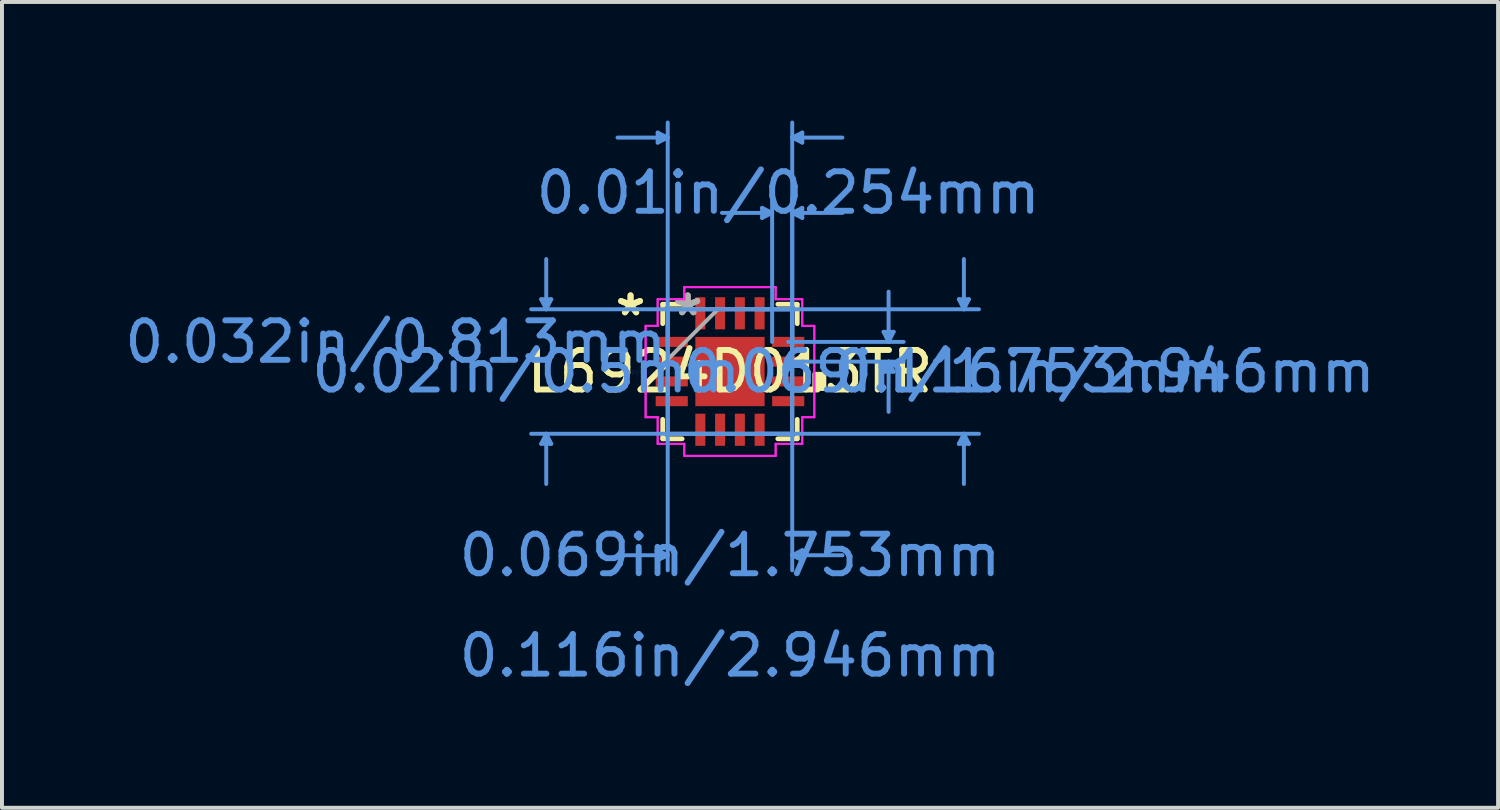
<source format=kicad_pcb>
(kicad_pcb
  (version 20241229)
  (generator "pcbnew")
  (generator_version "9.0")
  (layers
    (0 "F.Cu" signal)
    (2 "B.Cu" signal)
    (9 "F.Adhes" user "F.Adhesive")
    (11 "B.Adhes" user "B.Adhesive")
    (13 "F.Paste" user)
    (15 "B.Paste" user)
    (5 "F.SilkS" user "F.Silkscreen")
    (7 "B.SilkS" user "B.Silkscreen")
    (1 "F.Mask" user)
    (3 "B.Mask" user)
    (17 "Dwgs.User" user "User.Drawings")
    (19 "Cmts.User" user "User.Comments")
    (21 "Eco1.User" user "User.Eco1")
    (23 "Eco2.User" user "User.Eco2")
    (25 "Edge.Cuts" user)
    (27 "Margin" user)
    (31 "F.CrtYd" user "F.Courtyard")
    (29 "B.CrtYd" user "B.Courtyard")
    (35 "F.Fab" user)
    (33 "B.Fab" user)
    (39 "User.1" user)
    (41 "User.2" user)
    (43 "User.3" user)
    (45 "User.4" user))
  (footprint "L6924D013TR"
    (layer "F.Cu")
    (at 15.417 6.349)
    (property "Reference" "L6924D013TR" (at 0 0 0) (layer "F.SilkS") (effects (font (size 1 1) (thickness 0.15))))
    (attr through_hole)
    (fp_line (start -1.702 -1.702) (end -1.702 -1.21) (stroke (width 0.12) (type solid)) (layer "F.SilkS"))
    (fp_line (start -1.702 1.21) (end -1.702 1.702) (stroke (width 0.12) (type solid)) (layer "F.SilkS"))
    (fp_line (start -1.702 1.702) (end -1.21 1.702) (stroke (width 0.12) (type solid)) (layer "F.SilkS"))
    (fp_line (start -1.21 -1.702) (end -1.702 -1.702) (stroke (width 0.12) (type solid)) (layer "F.SilkS"))
    (fp_line (start 1.21 1.702) (end 1.702 1.702) (stroke (width 0.12) (type solid)) (layer "F.SilkS"))
    (fp_line (start 1.702 -1.702) (end 1.21 -1.702) (stroke (width 0.12) (type solid)) (layer "F.SilkS"))
    (fp_line (start 1.702 -1.21) (end 1.702 -1.702) (stroke (width 0.12) (type solid)) (layer "F.SilkS"))
    (fp_line (start 1.702 1.702) (end 1.702 1.21) (stroke (width 0.12) (type solid)) (layer "F.SilkS"))
    (fp_poly (pts (xy 2.388 0.059) (xy 2.388 0.441) (xy 2.134 0.441) (xy 2.134 0.059)) (stroke (width 0.1) (type solid)) (fill yes) (layer "F.SilkS"))
    (fp_line (start -4.775 -1.829) (end -4.521 -1.829) (stroke (width 0.1) (type solid)) (layer "Cmts.User"))
    (fp_line (start -4.775 1.829) (end -4.521 1.829) (stroke (width 0.1) (type solid)) (layer "Cmts.User"))
    (fp_line (start -4.648 -1.575) (end -4.775 -1.829) (stroke (width 0.1) (type solid)) (layer "Cmts.User"))
    (fp_line (start -4.648 -1.575) (end -4.648 -2.845) (stroke (width 0.1) (type solid)) (layer "Cmts.User"))
    (fp_line (start -4.648 -1.575) (end -4.521 -1.829) (stroke (width 0.1) (type solid)) (layer "Cmts.User"))
    (fp_line (start -4.648 1.575) (end -4.775 1.829) (stroke (width 0.1) (type solid)) (layer "Cmts.User"))
    (fp_line (start -4.648 1.575) (end -4.648 2.845) (stroke (width 0.1) (type solid)) (layer "Cmts.User"))
    (fp_line (start -4.648 1.575) (end -4.521 1.829) (stroke (width 0.1) (type solid)) (layer "Cmts.User"))
    (fp_line (start -1.829 -6.045) (end -1.829 -5.791) (stroke (width 0.1) (type solid)) (layer "Cmts.User"))
    (fp_line (start -1.829 4.521) (end -1.829 4.775) (stroke (width 0.1) (type solid)) (layer "Cmts.User"))
    (fp_line (start -1.575 -5.918) (end -2.845 -5.918) (stroke (width 0.1) (type solid)) (layer "Cmts.User"))
    (fp_line (start -1.575 -5.918) (end -1.829 -6.045) (stroke (width 0.1) (type solid)) (layer "Cmts.User"))
    (fp_line (start -1.575 -5.918) (end -1.829 -5.791) (stroke (width 0.1) (type solid)) (layer "Cmts.User"))
    (fp_line (start -1.575 -1.575) (end -1.575 5.029) (stroke (width 0.1) (type solid)) (layer "Cmts.User"))
    (fp_line (start -1.575 -0.75) (end -1.575 -6.299) (stroke (width 0.1) (type solid)) (layer "Cmts.User"))
    (fp_line (start -1.575 4.648) (end -2.845 4.648) (stroke (width 0.1) (type solid)) (layer "Cmts.User"))
    (fp_line (start -1.575 4.648) (end -1.829 4.521) (stroke (width 0.1) (type solid)) (layer "Cmts.User"))
    (fp_line (start -1.575 4.648) (end -1.829 4.775) (stroke (width 0.1) (type solid)) (layer "Cmts.User"))
    (fp_line (start 0.75 -1.575) (end 6.299 -1.575) (stroke (width 0.1) (type solid)) (layer "Cmts.User"))
    (fp_line (start 0.75 1.575) (end 6.299 1.575) (stroke (width 0.1) (type solid)) (layer "Cmts.User"))
    (fp_line (start 0.813 -4.14) (end 0.813 -3.886) (stroke (width 0.1) (type solid)) (layer "Cmts.User"))
    (fp_line (start 1.067 -4.013) (end -0.203 -4.013) (stroke (width 0.1) (type solid)) (layer "Cmts.User"))
    (fp_line (start 1.067 -4.013) (end 0.813 -4.14) (stroke (width 0.1) (type solid)) (layer "Cmts.User"))
    (fp_line (start 1.067 -4.013) (end 0.813 -3.886) (stroke (width 0.1) (type solid)) (layer "Cmts.User"))
    (fp_line (start 1.067 -0.75) (end 1.067 -4.394) (stroke (width 0.1) (type solid)) (layer "Cmts.User"))
    (fp_line (start 1.473 -0.75) (end 4.394 -0.75) (stroke (width 0.1) (type solid)) (layer "Cmts.User"))
    (fp_line (start 1.473 -0.25) (end 4.394 -0.25) (stroke (width 0.1) (type solid)) (layer "Cmts.User"))
    (fp_line (start 1.575 -5.918) (end 1.829 -6.045) (stroke (width 0.1) (type solid)) (layer "Cmts.User"))
    (fp_line (start 1.575 -5.918) (end 1.829 -5.791) (stroke (width 0.1) (type solid)) (layer "Cmts.User"))
    (fp_line (start 1.575 -5.918) (end 2.845 -5.918) (stroke (width 0.1) (type solid)) (layer "Cmts.User"))
    (fp_line (start 1.575 -4.013) (end 1.829 -4.14) (stroke (width 0.1) (type solid)) (layer "Cmts.User"))
    (fp_line (start 1.575 -4.013) (end 1.829 -3.886) (stroke (width 0.1) (type solid)) (layer "Cmts.User"))
    (fp_line (start 1.575 -4.013) (end 2.845 -4.013) (stroke (width 0.1) (type solid)) (layer "Cmts.User"))
    (fp_line (start 1.575 -1.575) (end -5.029 -1.575) (stroke (width 0.1) (type solid)) (layer "Cmts.User"))
    (fp_line (start 1.575 -1.575) (end 1.575 5.029) (stroke (width 0.1) (type solid)) (layer "Cmts.User"))
    (fp_line (start 1.575 -0.75) (end 1.575 -6.299) (stroke (width 0.1) (type solid)) (layer "Cmts.User"))
    (fp_line (start 1.575 -0.75) (end 1.575 -4.394) (stroke (width 0.1) (type solid)) (layer "Cmts.User"))
    (fp_line (start 1.575 1.575) (end -5.029 1.575) (stroke (width 0.1) (type solid)) (layer "Cmts.User"))
    (fp_line (start 1.575 4.648) (end 1.829 4.521) (stroke (width 0.1) (type solid)) (layer "Cmts.User"))
    (fp_line (start 1.575 4.648) (end 1.829 4.775) (stroke (width 0.1) (type solid)) (layer "Cmts.User"))
    (fp_line (start 1.575 4.648) (end 2.845 4.648) (stroke (width 0.1) (type solid)) (layer "Cmts.User"))
    (fp_line (start 1.829 -6.045) (end 1.829 -5.791) (stroke (width 0.1) (type solid)) (layer "Cmts.User"))
    (fp_line (start 1.829 -4.14) (end 1.829 -3.886) (stroke (width 0.1) (type solid)) (layer "Cmts.User"))
    (fp_line (start 1.829 4.521) (end 1.829 4.775) (stroke (width 0.1) (type solid)) (layer "Cmts.User"))
    (fp_line (start 3.886 -1.004) (end 4.14 -1.004) (stroke (width 0.1) (type solid)) (layer "Cmts.User"))
    (fp_line (start 3.886 0.004) (end 4.14 0.004) (stroke (width 0.1) (type solid)) (layer "Cmts.User"))
    (fp_line (start 4.013 -0.75) (end 3.886 -1.004) (stroke (width 0.1) (type solid)) (layer "Cmts.User"))
    (fp_line (start 4.013 -0.75) (end 4.013 -2.02) (stroke (width 0.1) (type solid)) (layer "Cmts.User"))
    (fp_line (start 4.013 -0.75) (end 4.14 -1.004) (stroke (width 0.1) (type solid)) (layer "Cmts.User"))
    (fp_line (start 4.013 -0.25) (end 3.886 0.004) (stroke (width 0.1) (type solid)) (layer "Cmts.User"))
    (fp_line (start 4.013 -0.25) (end 4.013 1.02) (stroke (width 0.1) (type solid)) (layer "Cmts.User"))
    (fp_line (start 4.013 -0.25) (end 4.14 0.004) (stroke (width 0.1) (type solid)) (layer "Cmts.User"))
    (fp_line (start 5.791 -1.829) (end 6.045 -1.829) (stroke (width 0.1) (type solid)) (layer "Cmts.User"))
    (fp_line (start 5.791 1.829) (end 6.045 1.829) (stroke (width 0.1) (type solid)) (layer "Cmts.User"))
    (fp_line (start 5.918 -1.575) (end 5.791 -1.829) (stroke (width 0.1) (type solid)) (layer "Cmts.User"))
    (fp_line (start 5.918 -1.575) (end 5.918 -2.845) (stroke (width 0.1) (type solid)) (layer "Cmts.User"))
    (fp_line (start 5.918 -1.575) (end 6.045 -1.829) (stroke (width 0.1) (type solid)) (layer "Cmts.User"))
    (fp_line (start 5.918 1.575) (end 5.791 1.829) (stroke (width 0.1) (type solid)) (layer "Cmts.User"))
    (fp_line (start 5.918 1.575) (end 5.918 2.845) (stroke (width 0.1) (type solid)) (layer "Cmts.User"))
    (fp_line (start 5.918 1.575) (end 6.045 1.829) (stroke (width 0.1) (type solid)) (layer "Cmts.User"))
    (fp_line (start -2.134 -1.156) (end -1.829 -1.156) (stroke (width 0.05) (type solid)) (layer "F.CrtYd"))
    (fp_line (start -2.134 -1.156) (end -1.829 -1.156) (stroke (width 0.05) (type solid)) (layer "F.CrtYd"))
    (fp_line (start -2.134 1.156) (end -2.134 -1.156) (stroke (width 0.05) (type solid)) (layer "F.CrtYd"))
    (fp_line (start -2.134 1.156) (end -2.134 -1.156) (stroke (width 0.05) (type solid)) (layer "F.CrtYd"))
    (fp_line (start -1.829 -1.829) (end -1.156 -1.829) (stroke (width 0.05) (type solid)) (layer "F.CrtYd"))
    (fp_line (start -1.829 -1.829) (end -1.156 -1.829) (stroke (width 0.05) (type solid)) (layer "F.CrtYd"))
    (fp_line (start -1.829 -1.156) (end -1.829 -1.829) (stroke (width 0.05) (type solid)) (layer "F.CrtYd"))
    (fp_line (start -1.829 -1.156) (end -1.829 -1.829) (stroke (width 0.05) (type solid)) (layer "F.CrtYd"))
    (fp_line (start -1.829 1.156) (end -2.134 1.156) (stroke (width 0.05) (type solid)) (layer "F.CrtYd"))
    (fp_line (start -1.829 1.156) (end -2.134 1.156) (stroke (width 0.05) (type solid)) (layer "F.CrtYd"))
    (fp_line (start -1.829 1.829) (end -1.829 1.156) (stroke (width 0.05) (type solid)) (layer "F.CrtYd"))
    (fp_line (start -1.829 1.829) (end -1.829 1.156) (stroke (width 0.05) (type solid)) (layer "F.CrtYd"))
    (fp_line (start -1.829 1.829) (end -1.156 1.829) (stroke (width 0.05) (type solid)) (layer "F.CrtYd"))
    (fp_line (start -1.156 -2.134) (end 1.156 -2.134) (stroke (width 0.05) (type solid)) (layer "F.CrtYd"))
    (fp_line (start -1.156 -2.134) (end 1.156 -2.134) (stroke (width 0.05) (type solid)) (layer "F.CrtYd"))
    (fp_line (start -1.156 -1.829) (end -1.156 -2.134) (stroke (width 0.05) (type solid)) (layer "F.CrtYd"))
    (fp_line (start -1.156 -1.829) (end -1.156 -2.134) (stroke (width 0.05) (type solid)) (layer "F.CrtYd"))
    (fp_line (start -1.156 1.829) (end -1.829 1.829) (stroke (width 0.05) (type solid)) (layer "F.CrtYd"))
    (fp_line (start -1.156 1.829) (end -1.156 2.134) (stroke (width 0.05) (type solid)) (layer "F.CrtYd"))
    (fp_line (start -1.156 2.134) (end -1.156 1.829) (stroke (width 0.05) (type solid)) (layer "F.CrtYd"))
    (fp_line (start -1.156 2.134) (end 1.156 2.134) (stroke (width 0.05) (type solid)) (layer "F.CrtYd"))
    (fp_line (start 1.156 -2.134) (end 1.156 -1.829) (stroke (width 0.05) (type solid)) (layer "F.CrtYd"))
    (fp_line (start 1.156 -2.134) (end 1.156 -1.829) (stroke (width 0.05) (type solid)) (layer "F.CrtYd"))
    (fp_line (start 1.156 -1.829) (end 1.829 -1.829) (stroke (width 0.05) (type solid)) (layer "F.CrtYd"))
    (fp_line (start 1.156 -1.829) (end 1.829 -1.829) (stroke (width 0.05) (type solid)) (layer "F.CrtYd"))
    (fp_line (start 1.156 1.829) (end 1.156 2.134) (stroke (width 0.05) (type solid)) (layer "F.CrtYd"))
    (fp_line (start 1.156 1.829) (end 1.829 1.829) (stroke (width 0.05) (type solid)) (layer "F.CrtYd"))
    (fp_line (start 1.156 2.134) (end -1.156 2.134) (stroke (width 0.05) (type solid)) (layer "F.CrtYd"))
    (fp_line (start 1.156 2.134) (end 1.156 1.829) (stroke (width 0.05) (type solid)) (layer "F.CrtYd"))
    (fp_line (start 1.829 -1.829) (end 1.829 -1.156) (stroke (width 0.05) (type solid)) (layer "F.CrtYd"))
    (fp_line (start 1.829 -1.156) (end 1.829 -1.829) (stroke (width 0.05) (type solid)) (layer "F.CrtYd"))
    (fp_line (start 1.829 -1.156) (end 2.134 -1.156) (stroke (width 0.05) (type solid)) (layer "F.CrtYd"))
    (fp_line (start 1.829 1.156) (end 1.829 1.829) (stroke (width 0.05) (type solid)) (layer "F.CrtYd"))
    (fp_line (start 1.829 1.156) (end 2.134 1.156) (stroke (width 0.05) (type solid)) (layer "F.CrtYd"))
    (fp_line (start 1.829 1.829) (end 1.156 1.829) (stroke (width 0.05) (type solid)) (layer "F.CrtYd"))
    (fp_line (start 1.829 1.829) (end 1.829 1.156) (stroke (width 0.05) (type solid)) (layer "F.CrtYd"))
    (fp_line (start 2.134 -1.156) (end 1.829 -1.156) (stroke (width 0.05) (type solid)) (layer "F.CrtYd"))
    (fp_line (start 2.134 -1.156) (end 2.134 1.156) (stroke (width 0.05) (type solid)) (layer "F.CrtYd"))
    (fp_line (start 2.134 1.156) (end 1.829 1.156) (stroke (width 0.05) (type solid)) (layer "F.CrtYd"))
    (fp_line (start 2.134 1.156) (end 2.134 -1.156) (stroke (width 0.05) (type solid)) (layer "F.CrtYd"))
    (fp_line (start -1.575 -1.575) (end -1.575 1.575) (stroke (width 0.1) (type solid)) (layer "F.Fab"))
    (fp_line (start -1.575 -0.305) (end -0.305 -1.575) (stroke (width 0.1) (type solid)) (layer "F.Fab"))
    (fp_line (start -1.575 1.575) (end 1.575 1.575) (stroke (width 0.1) (type solid)) (layer "F.Fab"))
    (fp_line (start 1.575 -1.575) (end -1.575 -1.575) (stroke (width 0.1) (type solid)) (layer "F.Fab"))
    (fp_line (start 1.575 1.575) (end 1.575 -1.575) (stroke (width 0.1) (type solid)) (layer "F.Fab"))
    (fp_text user "*" (at -2.515 -1.381 0) (layer "F.SilkS") (effects (font (size 1 1) (thickness 0.15))))
    (fp_text user "*" (at -2.515 -1.381 0) (layer "F.SilkS") (effects (font (size 1 1) (thickness 0.15))))
    (fp_text user "0.02in/0.5mm" (at -5.156 0 0) (layer "Cmts.User") (effects (font (size 1 1) (thickness 0.15))))
    (fp_text user "0.069in/1.753mm" (at 0 4.648 0) (layer "Cmts.User") (effects (font (size 1 1) (thickness 0.15))))
    (fp_text user "Copyright 2021 Accelerated Designs. All rights reserved." (at 0 0 0) (layer "Cmts.User") (effects (font (size 0.127 0.127) (thickness 0.002))))
    (fp_text user "0.116in/2.946mm" (at 9.474 0 0) (layer "Cmts.User") (effects (font (size 1 1) (thickness 0.15))))
    (fp_text user "0.116in/2.946mm" (at 0 7.188 0) (layer "Cmts.User") (effects (font (size 1 1) (thickness 0.15))))
    (fp_text user "0.01in/0.254mm" (at 1.473 -4.521 0) (layer "Cmts.User") (effects (font (size 1 1) (thickness 0.15))))
    (fp_text user "0.069in/1.753mm" (at 5.664 0 0) (layer "Cmts.User") (effects (font (size 1 1) (thickness 0.15))))
    (fp_text user "0.032in/0.813mm" (at -8.458 -0.75 0) (layer "Cmts.User") (effects (font (size 1 1) (thickness 0.15))))
    (fp_text user "*" (at -1.067 -1.381 0) (layer "F.Fab") (effects (font (size 1 1) (thickness 0.15))))
    (fp_text user "*" (at -1.067 -1.381 0) (layer "F.Fab") (effects (font (size 1 1) (thickness 0.15))))
    (pad "1" smd rect (at -1.473 -0.75 90) (size 0.254 0.813) (layers "F.Cu" "F.Mask" "F.Paste"))
    (pad "2" smd rect (at -1.473 -0.25 90) (size 0.254 0.813) (layers "F.Cu" "F.Mask" "F.Paste"))
    (pad "3" smd rect (at -1.473 0.25 90) (size 0.254 0.813) (layers "F.Cu" "F.Mask" "F.Paste"))
    (pad "4" smd rect (at -1.473 0.75 90) (size 0.254 0.813) (layers "F.Cu" "F.Mask" "F.Paste"))
    (pad "5" smd rect (at -0.75 1.473) (size 0.254 0.813) (layers "F.Cu" "F.Mask" "F.Paste"))
    (pad "6" smd rect (at -0.25 1.473) (size 0.254 0.813) (layers "F.Cu" "F.Mask" "F.Paste"))
    (pad "7" smd rect (at 0.25 1.473) (size 0.254 0.813) (layers "F.Cu" "F.Mask" "F.Paste"))
    (pad "8" smd rect (at 0.75 1.473) (size 0.254 0.813) (layers "F.Cu" "F.Mask" "F.Paste"))
    (pad "9" smd rect (at 1.473 0.75 90) (size 0.254 0.813) (layers "F.Cu" "F.Mask" "F.Paste"))
    (pad "10" smd rect (at 1.473 0.25 90) (size 0.254 0.813) (layers "F.Cu" "F.Mask" "F.Paste"))
    (pad "11" smd rect (at 1.473 -0.25 90) (size 0.254 0.813) (layers "F.Cu" "F.Mask" "F.Paste"))
    (pad "12" smd rect (at 1.473 -0.75 90) (size 0.254 0.813) (layers "F.Cu" "F.Mask" "F.Paste"))
    (pad "13" smd rect (at 0.75 -1.473) (size 0.254 0.813) (layers "F.Cu" "F.Mask" "F.Paste"))
    (pad "14" smd rect (at 0.25 -1.473) (size 0.254 0.813) (layers "F.Cu" "F.Mask" "F.Paste"))
    (pad "15" smd rect (at -0.25 -1.473) (size 0.254 0.813) (layers "F.Cu" "F.Mask" "F.Paste"))
    (pad "16" smd rect (at -0.75 -1.473) (size 0.254 0.813) (layers "F.Cu" "F.Mask" "F.Paste"))
    (pad "17" smd rect (at 0 0) (size 1.753 1.753) (layers "F.Cu" "F.Mask" "F.Paste")))
  (gr_rect
    (start -3 -3)
    (end 34.849 17.386)
    (stroke (width 0.1) (type default))
    (fill no)
    (layer "Edge.Cuts")))
</source>
